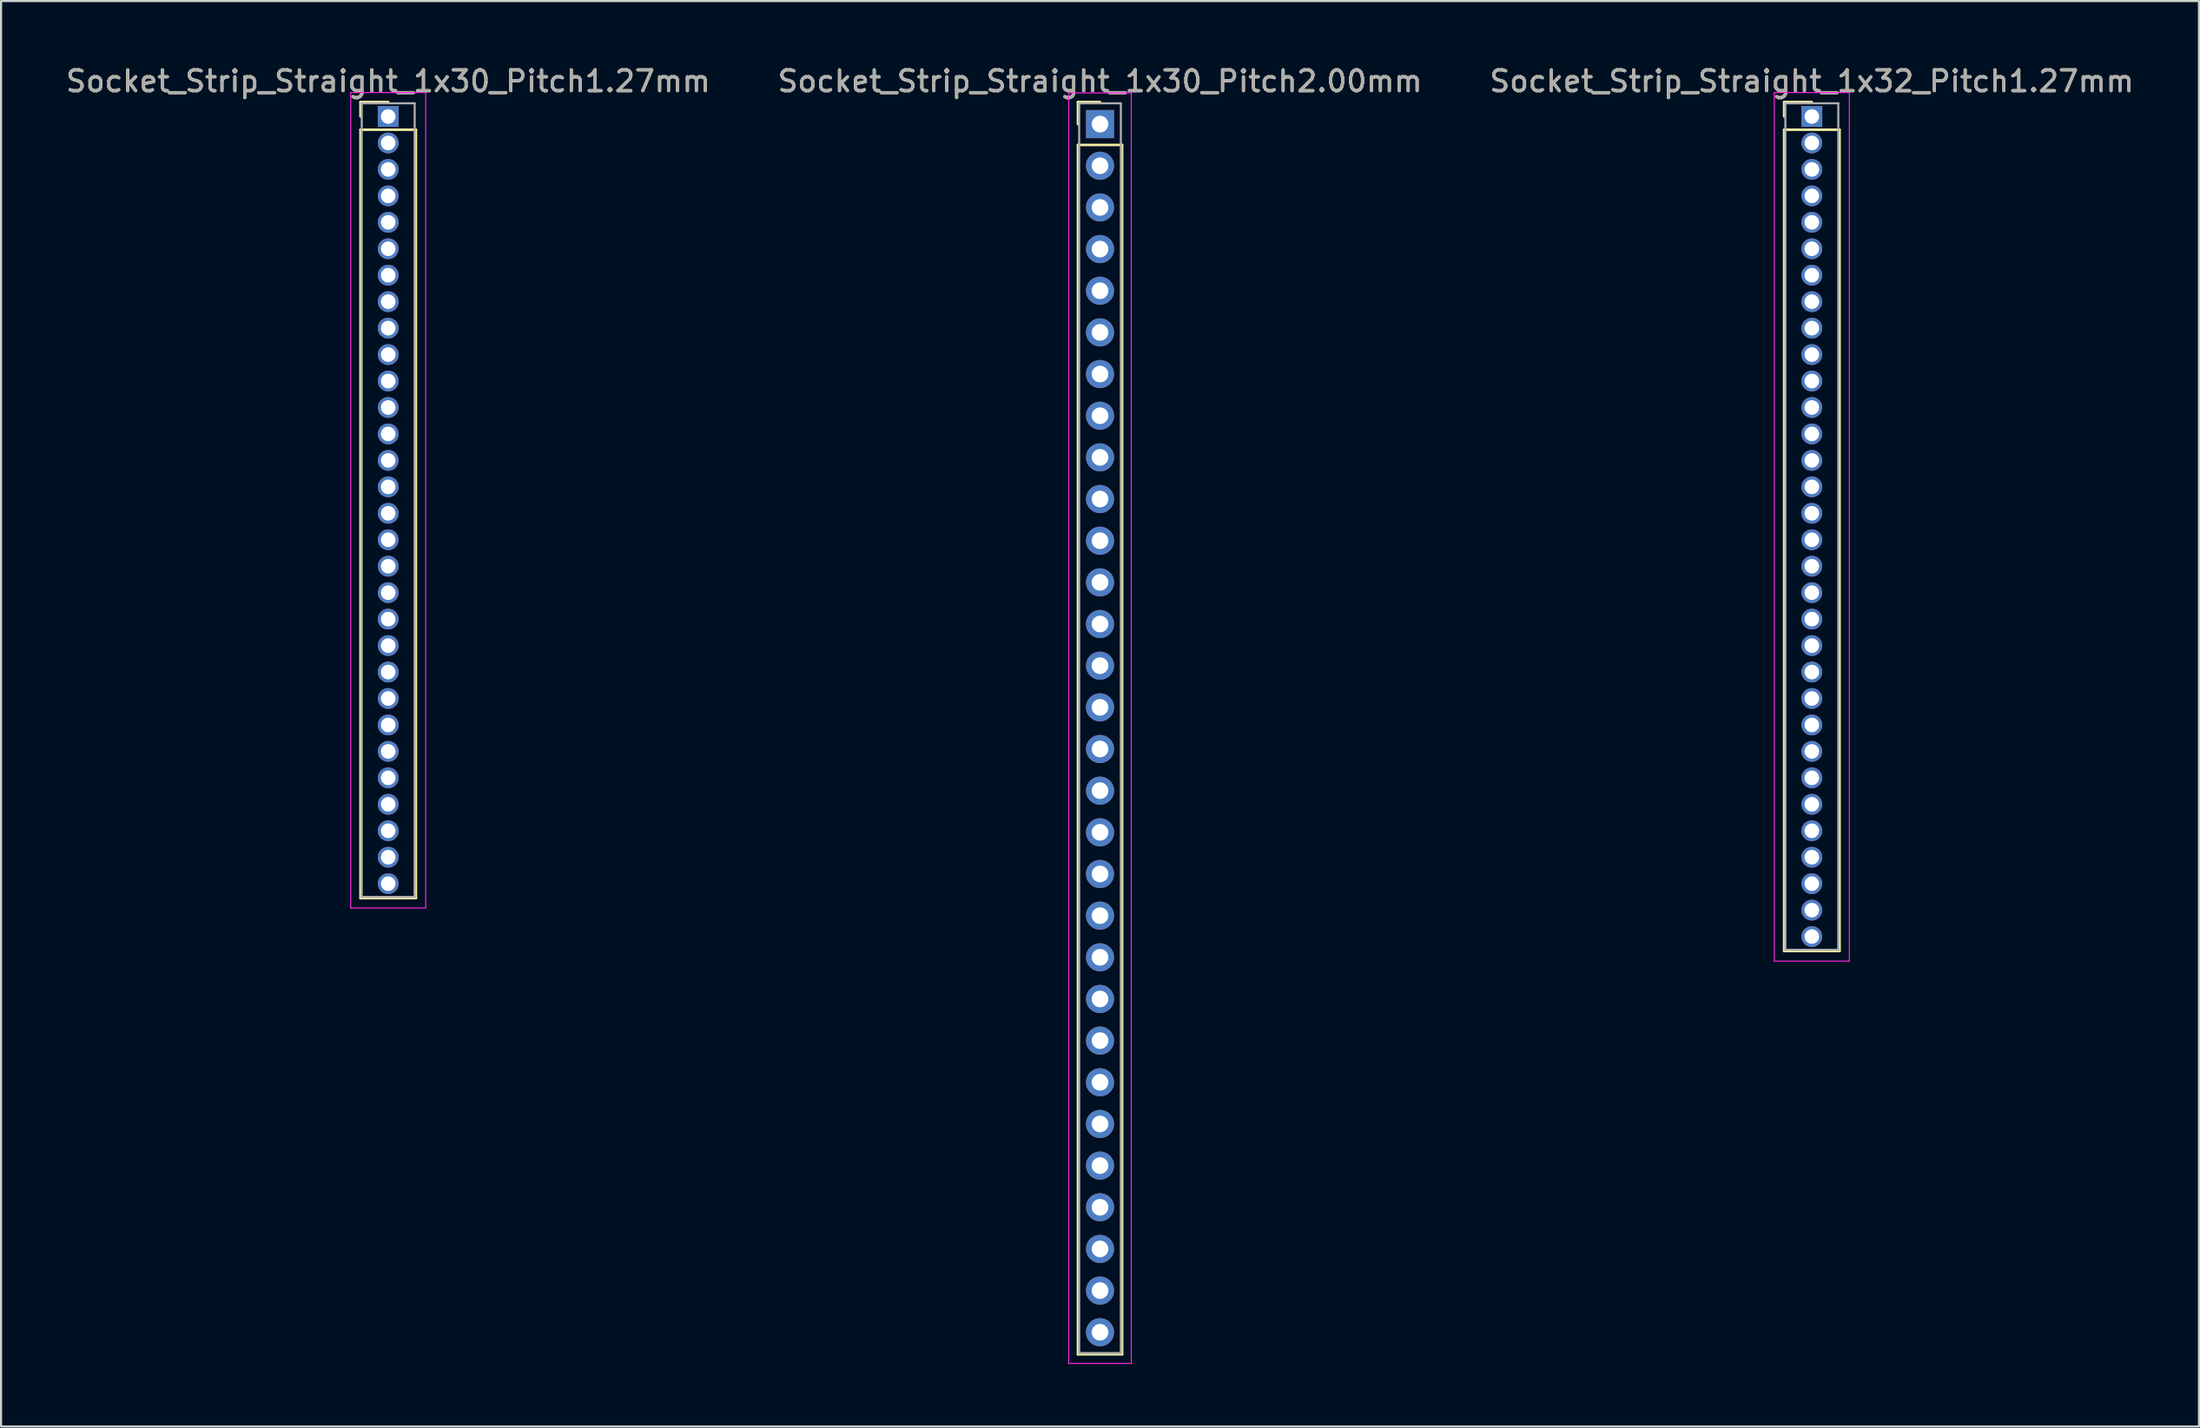
<source format=kicad_pcb>
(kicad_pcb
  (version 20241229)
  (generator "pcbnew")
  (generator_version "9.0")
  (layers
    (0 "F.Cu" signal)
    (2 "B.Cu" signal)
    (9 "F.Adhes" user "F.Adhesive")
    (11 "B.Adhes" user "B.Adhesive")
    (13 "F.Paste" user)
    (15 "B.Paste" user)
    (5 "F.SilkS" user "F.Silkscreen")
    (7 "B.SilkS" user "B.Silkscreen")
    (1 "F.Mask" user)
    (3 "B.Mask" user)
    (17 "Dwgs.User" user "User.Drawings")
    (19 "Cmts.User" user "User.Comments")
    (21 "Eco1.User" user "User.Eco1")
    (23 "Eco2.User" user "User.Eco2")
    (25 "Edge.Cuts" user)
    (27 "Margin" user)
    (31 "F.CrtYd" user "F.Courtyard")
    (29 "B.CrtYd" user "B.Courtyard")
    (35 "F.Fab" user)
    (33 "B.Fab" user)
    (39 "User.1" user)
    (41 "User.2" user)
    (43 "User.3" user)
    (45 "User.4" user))
  (footprint "Socket_Strip_Straight_1x30_Pitch1.27mm"
    (layer "F.Cu")
    (at 15.577 2.543)
    (property "Reference" "Socket_Strip_Straight_1x30_Pitch1.27mm" (at 0 -1.695 0) (layer "F.SilkS") (effects (font (size 1 1) (thickness 0.15))))
    (attr through_hole)
    (fp_line (start -1.33 -0.695) (end 0 -0.695) (stroke (width 0.12) (type solid)) (layer "F.SilkS"))
    (fp_line (start -1.33 0) (end -1.33 -0.695) (stroke (width 0.12) (type solid)) (layer "F.SilkS"))
    (fp_line (start -1.33 0.635) (end -1.33 37.525) (stroke (width 0.12) (type solid)) (layer "F.SilkS"))
    (fp_line (start -1.33 37.525) (end 1.33 37.525) (stroke (width 0.12) (type solid)) (layer "F.SilkS"))
    (fp_line (start 1.33 0.635) (end -1.33 0.635) (stroke (width 0.12) (type solid)) (layer "F.SilkS"))
    (fp_line (start 1.33 37.525) (end 1.33 0.635) (stroke (width 0.12) (type solid)) (layer "F.SilkS"))
    (fp_line (start -1.8 -1.15) (end -1.8 38) (stroke (width 0.05) (type solid)) (layer "F.CrtYd"))
    (fp_line (start -1.8 38) (end 1.8 38) (stroke (width 0.05) (type solid)) (layer "F.CrtYd"))
    (fp_line (start 1.8 -1.15) (end -1.8 -1.15) (stroke (width 0.05) (type solid)) (layer "F.CrtYd"))
    (fp_line (start 1.8 38) (end 1.8 -1.15) (stroke (width 0.05) (type solid)) (layer "F.CrtYd"))
    (fp_line (start -1.27 -0.635) (end -1.27 37.465) (stroke (width 0.1) (type solid)) (layer "F.Fab"))
    (fp_line (start -1.27 37.465) (end 1.27 37.465) (stroke (width 0.1) (type solid)) (layer "F.Fab"))
    (fp_line (start 1.27 -0.635) (end -1.27 -0.635) (stroke (width 0.1) (type solid)) (layer "F.Fab"))
    (fp_line (start 1.27 37.465) (end 1.27 -0.635) (stroke (width 0.1) (type solid)) (layer "F.Fab"))
    (fp_text user "${REFERENCE}" (at 0 -1.695 0) (layer "F.Fab") (effects (font (size 1 1) (thickness 0.15))))
    (pad "1" thru_hole rect (at 0 0) (size 1 1) (drill 0.7) (layers "*.Cu" "*.Mask"))
    (pad "2" thru_hole oval (at 0 1.27) (size 1 1) (drill 0.7) (layers "*.Cu" "*.Mask"))
    (pad "3" thru_hole oval (at 0 2.54) (size 1 1) (drill 0.7) (layers "*.Cu" "*.Mask"))
    (pad "4" thru_hole oval (at 0 3.81) (size 1 1) (drill 0.7) (layers "*.Cu" "*.Mask"))
    (pad "5" thru_hole oval (at 0 5.08) (size 1 1) (drill 0.7) (layers "*.Cu" "*.Mask"))
    (pad "6" thru_hole oval (at 0 6.35) (size 1 1) (drill 0.7) (layers "*.Cu" "*.Mask"))
    (pad "7" thru_hole oval (at 0 7.62) (size 1 1) (drill 0.7) (layers "*.Cu" "*.Mask"))
    (pad "8" thru_hole oval (at 0 8.89) (size 1 1) (drill 0.7) (layers "*.Cu" "*.Mask"))
    (pad "9" thru_hole oval (at 0 10.16) (size 1 1) (drill 0.7) (layers "*.Cu" "*.Mask"))
    (pad "10" thru_hole oval (at 0 11.43) (size 1 1) (drill 0.7) (layers "*.Cu" "*.Mask"))
    (pad "11" thru_hole oval (at 0 12.7) (size 1 1) (drill 0.7) (layers "*.Cu" "*.Mask"))
    (pad "12" thru_hole oval (at 0 13.97) (size 1 1) (drill 0.7) (layers "*.Cu" "*.Mask"))
    (pad "13" thru_hole oval (at 0 15.24) (size 1 1) (drill 0.7) (layers "*.Cu" "*.Mask"))
    (pad "14" thru_hole oval (at 0 16.51) (size 1 1) (drill 0.7) (layers "*.Cu" "*.Mask"))
    (pad "15" thru_hole oval (at 0 17.78) (size 1 1) (drill 0.7) (layers "*.Cu" "*.Mask"))
    (pad "16" thru_hole oval (at 0 19.05) (size 1 1) (drill 0.7) (layers "*.Cu" "*.Mask"))
    (pad "17" thru_hole oval (at 0 20.32) (size 1 1) (drill 0.7) (layers "*.Cu" "*.Mask"))
    (pad "18" thru_hole oval (at 0 21.59) (size 1 1) (drill 0.7) (layers "*.Cu" "*.Mask"))
    (pad "19" thru_hole oval (at 0 22.86) (size 1 1) (drill 0.7) (layers "*.Cu" "*.Mask"))
    (pad "20" thru_hole oval (at 0 24.13) (size 1 1) (drill 0.7) (layers "*.Cu" "*.Mask"))
    (pad "21" thru_hole oval (at 0 25.4) (size 1 1) (drill 0.7) (layers "*.Cu" "*.Mask"))
    (pad "22" thru_hole oval (at 0 26.67) (size 1 1) (drill 0.7) (layers "*.Cu" "*.Mask"))
    (pad "23" thru_hole oval (at 0 27.94) (size 1 1) (drill 0.7) (layers "*.Cu" "*.Mask"))
    (pad "24" thru_hole oval (at 0 29.21) (size 1 1) (drill 0.7) (layers "*.Cu" "*.Mask"))
    (pad "25" thru_hole oval (at 0 30.48) (size 1 1) (drill 0.7) (layers "*.Cu" "*.Mask"))
    (pad "26" thru_hole oval (at 0 31.75) (size 1 1) (drill 0.7) (layers "*.Cu" "*.Mask"))
    (pad "27" thru_hole oval (at 0 33.02) (size 1 1) (drill 0.7) (layers "*.Cu" "*.Mask"))
    (pad "28" thru_hole oval (at 0 34.29) (size 1 1) (drill 0.7) (layers "*.Cu" "*.Mask"))
    (pad "29" thru_hole oval (at 0 35.56) (size 1 1) (drill 0.7) (layers "*.Cu" "*.Mask"))
    (pad "30" thru_hole oval (at 0 36.83) (size 1 1) (drill 0.7) (layers "*.Cu" "*.Mask")))
  (footprint "Socket_Strip_Straight_1x30_Pitch2.00mm"
    (layer "F.Cu")
    (at 49.732 2.908)
    (property "Reference" "Socket_Strip_Straight_1x30_Pitch2.00mm" (at 0 -2.06 0) (layer "F.SilkS") (effects (font (size 1 1) (thickness 0.15))))
    (attr through_hole)
    (fp_line (start -1.06 -1.06) (end 0 -1.06) (stroke (width 0.12) (type solid)) (layer "F.SilkS"))
    (fp_line (start -1.06 0) (end -1.06 -1.06) (stroke (width 0.12) (type solid)) (layer "F.SilkS"))
    (fp_line (start -1.06 1) (end -1.06 59.06) (stroke (width 0.12) (type solid)) (layer "F.SilkS"))
    (fp_line (start -1.06 59.06) (end 1.06 59.06) (stroke (width 0.12) (type solid)) (layer "F.SilkS"))
    (fp_line (start 1.06 1) (end -1.06 1) (stroke (width 0.12) (type solid)) (layer "F.SilkS"))
    (fp_line (start 1.06 59.06) (end 1.06 1) (stroke (width 0.12) (type solid)) (layer "F.SilkS"))
    (fp_line (start -1.5 -1.5) (end -1.5 59.5) (stroke (width 0.05) (type solid)) (layer "F.CrtYd"))
    (fp_line (start -1.5 59.5) (end 1.5 59.5) (stroke (width 0.05) (type solid)) (layer "F.CrtYd"))
    (fp_line (start 1.5 -1.5) (end -1.5 -1.5) (stroke (width 0.05) (type solid)) (layer "F.CrtYd"))
    (fp_line (start 1.5 59.5) (end 1.5 -1.5) (stroke (width 0.05) (type solid)) (layer "F.CrtYd"))
    (fp_line (start -1 -1) (end -1 59) (stroke (width 0.1) (type solid)) (layer "F.Fab"))
    (fp_line (start -1 59) (end 1 59) (stroke (width 0.1) (type solid)) (layer "F.Fab"))
    (fp_line (start 1 -1) (end -1 -1) (stroke (width 0.1) (type solid)) (layer "F.Fab"))
    (fp_line (start 1 59) (end 1 -1) (stroke (width 0.1) (type solid)) (layer "F.Fab"))
    (fp_text user "${REFERENCE}" (at 0 -2.06 0) (layer "F.Fab") (effects (font (size 1 1) (thickness 0.15))))
    (pad "1" thru_hole rect (at 0 0) (size 1.35 1.35) (drill 0.8) (layers "*.Cu" "*.Mask"))
    (pad "2" thru_hole oval (at 0 2) (size 1.35 1.35) (drill 0.8) (layers "*.Cu" "*.Mask"))
    (pad "3" thru_hole oval (at 0 4) (size 1.35 1.35) (drill 0.8) (layers "*.Cu" "*.Mask"))
    (pad "4" thru_hole oval (at 0 6) (size 1.35 1.35) (drill 0.8) (layers "*.Cu" "*.Mask"))
    (pad "5" thru_hole oval (at 0 8) (size 1.35 1.35) (drill 0.8) (layers "*.Cu" "*.Mask"))
    (pad "6" thru_hole oval (at 0 10) (size 1.35 1.35) (drill 0.8) (layers "*.Cu" "*.Mask"))
    (pad "7" thru_hole oval (at 0 12) (size 1.35 1.35) (drill 0.8) (layers "*.Cu" "*.Mask"))
    (pad "8" thru_hole oval (at 0 14) (size 1.35 1.35) (drill 0.8) (layers "*.Cu" "*.Mask"))
    (pad "9" thru_hole oval (at 0 16) (size 1.35 1.35) (drill 0.8) (layers "*.Cu" "*.Mask"))
    (pad "10" thru_hole oval (at 0 18) (size 1.35 1.35) (drill 0.8) (layers "*.Cu" "*.Mask"))
    (pad "11" thru_hole oval (at 0 20) (size 1.35 1.35) (drill 0.8) (layers "*.Cu" "*.Mask"))
    (pad "12" thru_hole oval (at 0 22) (size 1.35 1.35) (drill 0.8) (layers "*.Cu" "*.Mask"))
    (pad "13" thru_hole oval (at 0 24) (size 1.35 1.35) (drill 0.8) (layers "*.Cu" "*.Mask"))
    (pad "14" thru_hole oval (at 0 26) (size 1.35 1.35) (drill 0.8) (layers "*.Cu" "*.Mask"))
    (pad "15" thru_hole oval (at 0 28) (size 1.35 1.35) (drill 0.8) (layers "*.Cu" "*.Mask"))
    (pad "16" thru_hole oval (at 0 30) (size 1.35 1.35) (drill 0.8) (layers "*.Cu" "*.Mask"))
    (pad "17" thru_hole oval (at 0 32) (size 1.35 1.35) (drill 0.8) (layers "*.Cu" "*.Mask"))
    (pad "18" thru_hole oval (at 0 34) (size 1.35 1.35) (drill 0.8) (layers "*.Cu" "*.Mask"))
    (pad "19" thru_hole oval (at 0 36) (size 1.35 1.35) (drill 0.8) (layers "*.Cu" "*.Mask"))
    (pad "20" thru_hole oval (at 0 38) (size 1.35 1.35) (drill 0.8) (layers "*.Cu" "*.Mask"))
    (pad "21" thru_hole oval (at 0 40) (size 1.35 1.35) (drill 0.8) (layers "*.Cu" "*.Mask"))
    (pad "22" thru_hole oval (at 0 42) (size 1.35 1.35) (drill 0.8) (layers "*.Cu" "*.Mask"))
    (pad "23" thru_hole oval (at 0 44) (size 1.35 1.35) (drill 0.8) (layers "*.Cu" "*.Mask"))
    (pad "24" thru_hole oval (at 0 46) (size 1.35 1.35) (drill 0.8) (layers "*.Cu" "*.Mask"))
    (pad "25" thru_hole oval (at 0 48) (size 1.35 1.35) (drill 0.8) (layers "*.Cu" "*.Mask"))
    (pad "26" thru_hole oval (at 0 50) (size 1.35 1.35) (drill 0.8) (layers "*.Cu" "*.Mask"))
    (pad "27" thru_hole oval (at 0 52) (size 1.35 1.35) (drill 0.8) (layers "*.Cu" "*.Mask"))
    (pad "28" thru_hole oval (at 0 54) (size 1.35 1.35) (drill 0.8) (layers "*.Cu" "*.Mask"))
    (pad "29" thru_hole oval (at 0 56) (size 1.35 1.35) (drill 0.8) (layers "*.Cu" "*.Mask"))
    (pad "30" thru_hole oval (at 0 58) (size 1.35 1.35) (drill 0.8) (layers "*.Cu" "*.Mask")))
  (footprint "Socket_Strip_Straight_1x32_Pitch1.27mm"
    (layer "F.Cu")
    (at 83.887 2.543)
    (property "Reference" "Socket_Strip_Straight_1x32_Pitch1.27mm" (at 0 -1.695 0) (layer "F.SilkS") (effects (font (size 1 1) (thickness 0.15))))
    (attr through_hole)
    (fp_line (start -1.33 -0.695) (end 0 -0.695) (stroke (width 0.12) (type solid)) (layer "F.SilkS"))
    (fp_line (start -1.33 0) (end -1.33 -0.695) (stroke (width 0.12) (type solid)) (layer "F.SilkS"))
    (fp_line (start -1.33 0.635) (end -1.33 40.065) (stroke (width 0.12) (type solid)) (layer "F.SilkS"))
    (fp_line (start -1.33 40.065) (end 1.33 40.065) (stroke (width 0.12) (type solid)) (layer "F.SilkS"))
    (fp_line (start 1.33 0.635) (end -1.33 0.635) (stroke (width 0.12) (type solid)) (layer "F.SilkS"))
    (fp_line (start 1.33 40.065) (end 1.33 0.635) (stroke (width 0.12) (type solid)) (layer "F.SilkS"))
    (fp_line (start -1.8 -1.15) (end -1.8 40.55) (stroke (width 0.05) (type solid)) (layer "F.CrtYd"))
    (fp_line (start -1.8 40.55) (end 1.8 40.55) (stroke (width 0.05) (type solid)) (layer "F.CrtYd"))
    (fp_line (start 1.8 -1.15) (end -1.8 -1.15) (stroke (width 0.05) (type solid)) (layer "F.CrtYd"))
    (fp_line (start 1.8 40.55) (end 1.8 -1.15) (stroke (width 0.05) (type solid)) (layer "F.CrtYd"))
    (fp_line (start -1.27 -0.635) (end -1.27 40.005) (stroke (width 0.1) (type solid)) (layer "F.Fab"))
    (fp_line (start -1.27 40.005) (end 1.27 40.005) (stroke (width 0.1) (type solid)) (layer "F.Fab"))
    (fp_line (start 1.27 -0.635) (end -1.27 -0.635) (stroke (width 0.1) (type solid)) (layer "F.Fab"))
    (fp_line (start 1.27 40.005) (end 1.27 -0.635) (stroke (width 0.1) (type solid)) (layer "F.Fab"))
    (fp_text user "${REFERENCE}" (at 0 -1.695 0) (layer "F.Fab") (effects (font (size 1 1) (thickness 0.15))))
    (pad "1" thru_hole rect (at 0 0) (size 1 1) (drill 0.7) (layers "*.Cu" "*.Mask"))
    (pad "2" thru_hole oval (at 0 1.27) (size 1 1) (drill 0.7) (layers "*.Cu" "*.Mask"))
    (pad "3" thru_hole oval (at 0 2.54) (size 1 1) (drill 0.7) (layers "*.Cu" "*.Mask"))
    (pad "4" thru_hole oval (at 0 3.81) (size 1 1) (drill 0.7) (layers "*.Cu" "*.Mask"))
    (pad "5" thru_hole oval (at 0 5.08) (size 1 1) (drill 0.7) (layers "*.Cu" "*.Mask"))
    (pad "6" thru_hole oval (at 0 6.35) (size 1 1) (drill 0.7) (layers "*.Cu" "*.Mask"))
    (pad "7" thru_hole oval (at 0 7.62) (size 1 1) (drill 0.7) (layers "*.Cu" "*.Mask"))
    (pad "8" thru_hole oval (at 0 8.89) (size 1 1) (drill 0.7) (layers "*.Cu" "*.Mask"))
    (pad "9" thru_hole oval (at 0 10.16) (size 1 1) (drill 0.7) (layers "*.Cu" "*.Mask"))
    (pad "10" thru_hole oval (at 0 11.43) (size 1 1) (drill 0.7) (layers "*.Cu" "*.Mask"))
    (pad "11" thru_hole oval (at 0 12.7) (size 1 1) (drill 0.7) (layers "*.Cu" "*.Mask"))
    (pad "12" thru_hole oval (at 0 13.97) (size 1 1) (drill 0.7) (layers "*.Cu" "*.Mask"))
    (pad "13" thru_hole oval (at 0 15.24) (size 1 1) (drill 0.7) (layers "*.Cu" "*.Mask"))
    (pad "14" thru_hole oval (at 0 16.51) (size 1 1) (drill 0.7) (layers "*.Cu" "*.Mask"))
    (pad "15" thru_hole oval (at 0 17.78) (size 1 1) (drill 0.7) (layers "*.Cu" "*.Mask"))
    (pad "16" thru_hole oval (at 0 19.05) (size 1 1) (drill 0.7) (layers "*.Cu" "*.Mask"))
    (pad "17" thru_hole oval (at 0 20.32) (size 1 1) (drill 0.7) (layers "*.Cu" "*.Mask"))
    (pad "18" thru_hole oval (at 0 21.59) (size 1 1) (drill 0.7) (layers "*.Cu" "*.Mask"))
    (pad "19" thru_hole oval (at 0 22.86) (size 1 1) (drill 0.7) (layers "*.Cu" "*.Mask"))
    (pad "20" thru_hole oval (at 0 24.13) (size 1 1) (drill 0.7) (layers "*.Cu" "*.Mask"))
    (pad "21" thru_hole oval (at 0 25.4) (size 1 1) (drill 0.7) (layers "*.Cu" "*.Mask"))
    (pad "22" thru_hole oval (at 0 26.67) (size 1 1) (drill 0.7) (layers "*.Cu" "*.Mask"))
    (pad "23" thru_hole oval (at 0 27.94) (size 1 1) (drill 0.7) (layers "*.Cu" "*.Mask"))
    (pad "24" thru_hole oval (at 0 29.21) (size 1 1) (drill 0.7) (layers "*.Cu" "*.Mask"))
    (pad "25" thru_hole oval (at 0 30.48) (size 1 1) (drill 0.7) (layers "*.Cu" "*.Mask"))
    (pad "26" thru_hole oval (at 0 31.75) (size 1 1) (drill 0.7) (layers "*.Cu" "*.Mask"))
    (pad "27" thru_hole oval (at 0 33.02) (size 1 1) (drill 0.7) (layers "*.Cu" "*.Mask"))
    (pad "28" thru_hole oval (at 0 34.29) (size 1 1) (drill 0.7) (layers "*.Cu" "*.Mask"))
    (pad "29" thru_hole oval (at 0 35.56) (size 1 1) (drill 0.7) (layers "*.Cu" "*.Mask"))
    (pad "30" thru_hole oval (at 0 36.83) (size 1 1) (drill 0.7) (layers "*.Cu" "*.Mask"))
    (pad "31" thru_hole oval (at 0 38.1) (size 1 1) (drill 0.7) (layers "*.Cu" "*.Mask"))
    (pad "32" thru_hole oval (at 0 39.37) (size 1 1) (drill 0.7) (layers "*.Cu" "*.Mask")))
  (gr_rect
    (start -3 -3)
    (end 102.464 65.433)
    (stroke (width 0.1) (type default))
    (fill no)
    (layer "Edge.Cuts")))
</source>
